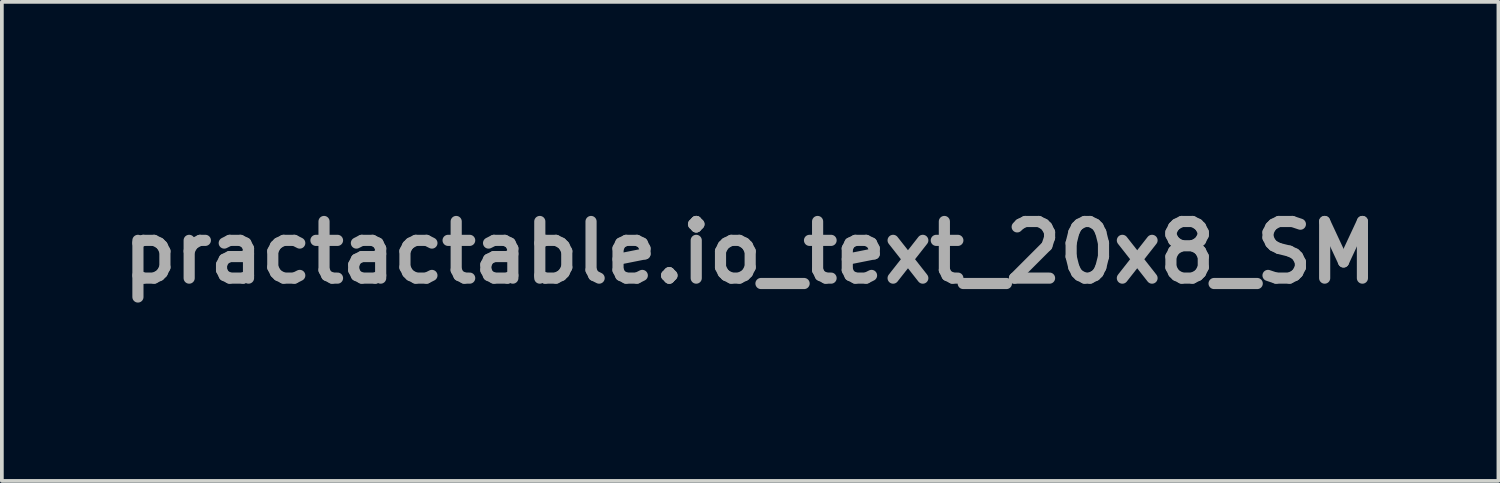
<source format=kicad_pcb>
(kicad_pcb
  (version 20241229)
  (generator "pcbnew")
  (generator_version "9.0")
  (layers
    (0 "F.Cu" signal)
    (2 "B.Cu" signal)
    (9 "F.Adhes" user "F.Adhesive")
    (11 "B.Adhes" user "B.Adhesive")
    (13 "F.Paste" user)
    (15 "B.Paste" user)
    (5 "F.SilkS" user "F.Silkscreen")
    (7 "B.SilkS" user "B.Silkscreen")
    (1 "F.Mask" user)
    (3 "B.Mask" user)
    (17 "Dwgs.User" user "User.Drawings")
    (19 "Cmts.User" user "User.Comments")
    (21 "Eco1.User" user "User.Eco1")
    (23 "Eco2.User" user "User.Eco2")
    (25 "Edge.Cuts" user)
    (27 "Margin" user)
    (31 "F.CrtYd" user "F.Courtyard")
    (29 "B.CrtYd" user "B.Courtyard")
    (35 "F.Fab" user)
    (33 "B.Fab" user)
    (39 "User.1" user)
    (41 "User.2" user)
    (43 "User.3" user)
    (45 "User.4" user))
  (footprint "practactable.io_text_20x8_SM"
    (layer "F.Cu")
    (at 22.949 3.517)
    (property "Reference" "practactable.io_text_20x8_SM" (at -5.814 0.227 0) (layer "F.Fab") (effects (font (size 1.524 1.524) (thickness 0.3))))
    (attr board_only exclude_from_pos_files exclude_from_bom)
    (fp_poly (pts (xy 7.21 -0.894) (xy 7.247 -0.867) (xy 7.276 -0.81) (xy 7.273 -0.752) (xy 7.241 -0.705) (xy 7.186 -0.68) (xy 7.168 -0.679) (xy 7.115 -0.692) (xy 7.087 -0.711) (xy 7.058 -0.766) (xy 7.062 -0.827) (xy 7.092 -0.871) (xy 7.151 -0.902)) (stroke (width 0) (type solid)) (fill yes) (layer "F.Mask"))
    (fp_poly (pts (xy 6.756 0.223) (xy 6.802 0.265) (xy 6.827 0.316) (xy 6.828 0.329) (xy 6.81 0.382) (xy 6.767 0.427) (xy 6.712 0.451) (xy 6.698 0.452) (xy 6.646 0.438) (xy 6.615 0.415) (xy 6.588 0.367) (xy 6.581 0.333) (xy 6.599 0.279) (xy 6.64 0.232) (xy 6.692 0.207) (xy 6.705 0.206)) (stroke (width 0) (type solid)) (fill yes) (layer "F.Mask"))
    (fp_poly (pts (xy 8.724 -0.671) (xy 8.715 -0.623) (xy 8.709 -0.607) (xy 8.687 -0.52) (xy 8.68 -0.414) (xy 8.689 -0.31) (xy 8.71 -0.233) (xy 8.732 -0.179) (xy 8.738 -0.153) (xy 8.729 -0.145) (xy 8.711 -0.144) (xy 8.679 -0.16) (xy 8.657 -0.189) (xy 8.636 -0.25) (xy 8.625 -0.332) (xy 8.623 -0.425) (xy 8.628 -0.519) (xy 8.641 -0.601) (xy 8.661 -0.663) (xy 8.682 -0.691) (xy 8.712 -0.696)) (stroke (width 0) (type solid)) (fill yes) (layer "F.Mask"))
    (fp_poly (pts (xy 9.725 -0.682) (xy 9.747 -0.639) (xy 9.757 -0.617) (xy 9.778 -0.537) (xy 9.787 -0.446) (xy 9.784 -0.353) (xy 9.771 -0.267) (xy 9.749 -0.198) (xy 9.718 -0.156) (xy 9.701 -0.148) (xy 9.671 -0.145) (xy 9.667 -0.148) (xy 9.673 -0.169) (xy 9.689 -0.216) (xy 9.697 -0.237) (xy 9.723 -0.36) (xy 9.722 -0.492) (xy 9.699 -0.592) (xy 9.681 -0.656) (xy 9.686 -0.69) (xy 9.709 -0.699)) (stroke (width 0) (type solid)) (fill yes) (layer "F.Mask"))
    (fp_poly (pts (xy 9.028 -0.698) (xy 9.082 -0.692) (xy 9.105 -0.682) (xy 9.106 -0.674) (xy 9.082 -0.654) (xy 9.035 -0.642) (xy 9.033 -0.641) (xy 8.969 -0.635) (xy 8.963 -0.458) (xy 8.956 -0.356) (xy 8.945 -0.294) (xy 8.931 -0.272) (xy 8.918 -0.279) (xy 8.91 -0.313) (xy 8.906 -0.378) (xy 8.905 -0.451) (xy 8.905 -0.638) (xy 8.833 -0.638) (xy 8.78 -0.644) (xy 8.762 -0.666) (xy 8.761 -0.668) (xy 8.769 -0.684) (xy 8.796 -0.693) (xy 8.85 -0.698) (xy 8.937 -0.699) (xy 8.938 -0.699)) (stroke (width 0) (type solid)) (fill yes) (layer "F.Mask"))
    (fp_poly (pts (xy 7.197 -0.512) (xy 7.22 -0.502) (xy 7.236 -0.479) (xy 7.248 -0.438) (xy 7.255 -0.375) (xy 7.258 -0.284) (xy 7.26 -0.16) (xy 7.26 -0.049) (xy 7.26 0.096) (xy 7.258 0.205) (xy 7.255 0.284) (xy 7.25 0.338) (xy 7.243 0.373) (xy 7.233 0.394) (xy 7.228 0.4) (xy 7.19 0.426) (xy 7.168 0.432) (xy 7.131 0.418) (xy 7.107 0.4) (xy 7.096 0.383) (xy 7.088 0.354) (xy 7.082 0.308) (xy 7.078 0.24) (xy 7.076 0.143) (xy 7.075 0.013) (xy 7.075 -0.049) (xy 7.075 -0.199) (xy 7.077 -0.313) (xy 7.082 -0.395) (xy 7.09 -0.452) (xy 7.103 -0.487) (xy 7.121 -0.506) (xy 7.145 -0.513) (xy 7.168 -0.514)) (stroke (width 0) (type solid)) (fill yes) (layer "F.Mask"))
    (fp_poly (pts (xy -0.328 -0.503) (xy -0.284 -0.467) (xy -0.267 -0.424) (xy -0.281 -0.387) (xy -0.291 -0.378) (xy -0.324 -0.371) (xy -0.383 -0.368) (xy -0.433 -0.368) (xy -0.541 -0.362) (xy -0.632 -0.338) (xy -0.696 -0.298) (xy -0.718 -0.27) (xy -0.727 -0.234) (xy -0.734 -0.164) (xy -0.739 -0.07) (xy -0.741 0.04) (xy -0.741 0.045) (xy -0.743 0.182) (xy -0.75 0.284) (xy -0.763 0.354) (xy -0.784 0.399) (xy -0.813 0.422) (xy -0.835 0.428) (xy -0.881 0.42) (xy -0.902 0.405) (xy -0.911 0.379) (xy -0.917 0.326) (xy -0.921 0.241) (xy -0.922 0.122) (xy -0.921 -0.034) (xy -0.921 -0.064) (xy -0.915 -0.504) (xy -0.847 -0.51) (xy -0.797 -0.51) (xy -0.773 -0.491) (xy -0.767 -0.474) (xy -0.757 -0.441) (xy -0.753 -0.432) (xy -0.735 -0.44) (xy -0.691 -0.462) (xy -0.65 -0.483) (xy -0.533 -0.525) (xy -0.423 -0.531)) (stroke (width 0) (type solid)) (fill yes) (layer "F.Mask"))
    (fp_poly (pts (xy 5.21 -0.909) (xy 5.247 -0.873) (xy 5.252 -0.859) (xy 5.256 -0.826) (xy 5.259 -0.758) (xy 5.261 -0.662) (xy 5.263 -0.543) (xy 5.265 -0.408) (xy 5.265 -0.307) (xy 5.265 -0.142) (xy 5.267 -0.013) (xy 5.27 0.083) (xy 5.276 0.152) (xy 5.285 0.199) (xy 5.299 0.227) (xy 5.317 0.241) (xy 5.341 0.246) (xy 5.36 0.247) (xy 5.408 0.26) (xy 5.45 0.291) (xy 5.471 0.327) (xy 5.471 0.331) (xy 5.458 0.358) (xy 5.43 0.391) (xy 5.367 0.426) (xy 5.29 0.424) (xy 5.255 0.412) (xy 5.194 0.371) (xy 5.137 0.306) (xy 5.102 0.24) (xy 5.095 0.2) (xy 5.089 0.123) (xy 5.084 0.012) (xy 5.081 -0.129) (xy 5.08 -0.296) (xy 5.08 -0.348) (xy 5.08 -0.514) (xy 5.081 -0.643) (xy 5.084 -0.741) (xy 5.087 -0.811) (xy 5.092 -0.858) (xy 5.099 -0.887) (xy 5.109 -0.903) (xy 5.111 -0.905) (xy 5.158 -0.921)) (stroke (width 0) (type solid)) (fill yes) (layer "F.Mask"))
    (fp_poly (pts (xy 9.591 -0.688) (xy 9.599 -0.651) (xy 9.603 -0.582) (xy 9.605 -0.483) (xy 9.604 -0.385) (xy 9.6 -0.321) (xy 9.593 -0.284) (xy 9.582 -0.269) (xy 9.574 -0.267) (xy 9.557 -0.276) (xy 9.547 -0.308) (xy 9.542 -0.37) (xy 9.542 -0.406) (xy 9.541 -0.545) (xy 9.476 -0.416) (xy 9.44 -0.353) (xy 9.407 -0.307) (xy 9.385 -0.288) (xy 9.384 -0.288) (xy 9.362 -0.305) (xy 9.33 -0.35) (xy 9.301 -0.403) (xy 9.245 -0.519) (xy 9.234 -0.4) (xy 9.224 -0.33) (xy 9.21 -0.285) (xy 9.199 -0.272) (xy 9.186 -0.279) (xy 9.179 -0.311) (xy 9.174 -0.373) (xy 9.173 -0.471) (xy 9.173 -0.482) (xy 9.175 -0.579) (xy 9.18 -0.652) (xy 9.188 -0.692) (xy 9.193 -0.699) (xy 9.211 -0.682) (xy 9.241 -0.636) (xy 9.278 -0.569) (xy 9.299 -0.53) (xy 9.384 -0.36) (xy 9.468 -0.53) (xy 9.508 -0.604) (xy 9.543 -0.662) (xy 9.57 -0.695) (xy 9.578 -0.699)) (stroke (width 0) (type solid)) (fill yes) (layer "F.Mask"))
    (fp_poly (pts (xy 2.213 -0.814) (xy 2.242 -0.785) (xy 2.258 -0.729) (xy 2.262 -0.638) (xy 2.262 -0.633) (xy 2.262 -0.494) (xy 2.336 -0.494) (xy 2.417 -0.484) (xy 2.47 -0.455) (xy 2.489 -0.412) (xy 2.489 -0.411) (xy 2.47 -0.368) (xy 2.417 -0.339) (xy 2.336 -0.329) (xy 2.262 -0.329) (xy 2.262 -0.082) (xy 2.265 0.042) (xy 2.273 0.131) (xy 2.291 0.191) (xy 2.32 0.226) (xy 2.363 0.243) (xy 2.417 0.247) (xy 2.472 0.254) (xy 2.503 0.281) (xy 2.514 0.301) (xy 2.527 0.343) (xy 2.513 0.373) (xy 2.491 0.393) (xy 2.418 0.427) (xy 2.33 0.423) (xy 2.273 0.403) (xy 2.2 0.36) (xy 2.146 0.301) (xy 2.109 0.22) (xy 2.087 0.112) (xy 2.078 -0.029) (xy 2.077 -0.092) (xy 2.077 -0.329) (xy 2.027 -0.329) (xy 1.972 -0.343) (xy 1.935 -0.376) (xy 1.925 -0.419) (xy 1.928 -0.427) (xy 1.96 -0.475) (xy 2.018 -0.493) (xy 2.031 -0.493) (xy 2.057 -0.497) (xy 2.07 -0.513) (xy 2.076 -0.552) (xy 2.077 -0.618) (xy 2.083 -0.719) (xy 2.102 -0.784) (xy 2.135 -0.817) (xy 2.166 -0.823)) (stroke (width 0) (type solid)) (fill yes) (layer "F.Mask"))
    (fp_poly (pts (xy 8.085 -0.524) (xy 8.21 -0.489) (xy 8.314 -0.423) (xy 8.396 -0.334) (xy 8.452 -0.227) (xy 8.482 -0.11) (xy 8.484 0.012) (xy 8.455 0.132) (xy 8.395 0.244) (xy 8.321 0.325) (xy 8.22 0.388) (xy 8.099 0.424) (xy 7.967 0.431) (xy 7.846 0.41) (xy 7.769 0.372) (xy 7.688 0.31) (xy 7.62 0.235) (xy 7.591 0.188) (xy 7.544 0.057) (xy 7.538 -0.019) (xy 7.714 -0.019) (xy 7.73 0.07) (xy 7.741 0.099) (xy 7.784 0.161) (xy 7.84 0.217) (xy 7.895 0.252) (xy 7.898 0.253) (xy 7.97 0.265) (xy 8.058 0.261) (xy 8.14 0.241) (xy 8.158 0.234) (xy 8.228 0.179) (xy 8.278 0.098) (xy 8.305 0.002) (xy 8.308 -0.098) (xy 8.282 -0.193) (xy 8.262 -0.228) (xy 8.189 -0.306) (xy 8.1 -0.352) (xy 8.004 -0.366) (xy 7.909 -0.348) (xy 7.824 -0.299) (xy 7.757 -0.219) (xy 7.749 -0.204) (xy 7.721 -0.117) (xy 7.714 -0.019) (xy 7.538 -0.019) (xy 7.534 -0.073) (xy 7.557 -0.196) (xy 7.609 -0.308) (xy 7.687 -0.402) (xy 7.787 -0.473) (xy 7.906 -0.517) (xy 8.039 -0.528)) (stroke (width 0) (type solid)) (fill yes) (layer "F.Mask"))
    (fp_poly (pts (xy 1.517 -0.519) (xy 1.589 -0.499) (xy 1.652 -0.466) (xy 1.73 -0.41) (xy 1.774 -0.355) (xy 1.783 -0.305) (xy 1.769 -0.278) (xy 1.734 -0.251) (xy 1.69 -0.254) (xy 1.631 -0.287) (xy 1.61 -0.303) (xy 1.525 -0.346) (xy 1.427 -0.363) (xy 1.332 -0.351) (xy 1.261 -0.317) (xy 1.188 -0.24) (xy 1.145 -0.145) (xy 1.133 -0.042) (xy 1.151 0.06) (xy 1.2 0.152) (xy 1.273 0.221) (xy 1.367 0.26) (xy 1.473 0.265) (xy 1.579 0.236) (xy 1.608 0.222) (xy 1.666 0.194) (xy 1.705 0.19) (xy 1.724 0.198) (xy 1.762 0.238) (xy 1.764 0.282) (xy 1.736 0.326) (xy 1.68 0.367) (xy 1.603 0.4) (xy 1.509 0.422) (xy 1.465 0.426) (xy 1.384 0.43) (xy 1.324 0.423) (xy 1.267 0.403) (xy 1.214 0.376) (xy 1.112 0.308) (xy 1.039 0.229) (xy 1.007 0.178) (xy 0.987 0.131) (xy 0.977 0.072) (xy 0.971 -0.013) (xy 0.97 -0.027) (xy 0.968 -0.113) (xy 0.972 -0.173) (xy 0.985 -0.22) (xy 1.01 -0.27) (xy 1.032 -0.307) (xy 1.117 -0.413) (xy 1.222 -0.484) (xy 1.348 -0.519) (xy 1.429 -0.524)) (stroke (width 0) (type solid)) (fill yes) (layer "F.Mask"))
    (fp_poly (pts (xy 0.387 -0.514) (xy 0.508 -0.463) (xy 0.615 -0.377) (xy 0.668 -0.312) (xy 0.73 -0.223) (xy 0.73 0.087) (xy 0.73 0.208) (xy 0.728 0.294) (xy 0.724 0.352) (xy 0.717 0.388) (xy 0.706 0.409) (xy 0.694 0.419) (xy 0.647 0.429) (xy 0.606 0.406) (xy 0.582 0.355) (xy 0.58 0.344) (xy 0.573 0.291) (xy 0.482 0.355) (xy 0.372 0.409) (xy 0.249 0.431) (xy 0.127 0.419) (xy 0.045 0.389) (xy -0.059 0.315) (xy -0.136 0.218) (xy -0.184 0.104) (xy -0.204 -0.018) (xy -0.2 -0.07) (xy -0.026 -0.07) (xy -0.021 0.023) (xy -0.001 0.101) (xy 0.052 0.178) (xy 0.13 0.233) (xy 0.225 0.263) (xy 0.324 0.264) (xy 0.411 0.237) (xy 0.491 0.174) (xy 0.544 0.087) (xy 0.568 -0.014) (xy 0.561 -0.121) (xy 0.531 -0.204) (xy 0.465 -0.292) (xy 0.382 -0.346) (xy 0.289 -0.367) (xy 0.192 -0.354) (xy 0.099 -0.306) (xy 0.016 -0.225) (xy 0.014 -0.222) (xy -0.014 -0.157) (xy -0.026 -0.07) (xy -0.2 -0.07) (xy -0.194 -0.142) (xy -0.155 -0.26) (xy -0.086 -0.365) (xy 0.004 -0.445) (xy 0.13 -0.507) (xy 0.259 -0.529)) (stroke (width 0) (type solid)) (fill yes) (layer "F.Mask"))
    (fp_poly (pts (xy 3.328 -0.5) (xy 3.441 -0.441) (xy 3.534 -0.352) (xy 3.59 -0.261) (xy 3.611 -0.213) (xy 3.625 -0.166) (xy 3.634 -0.112) (xy 3.638 -0.04) (xy 3.64 0.059) (xy 3.64 0.118) (xy 3.64 0.228) (xy 3.638 0.305) (xy 3.633 0.355) (xy 3.625 0.385) (xy 3.613 0.402) (xy 3.598 0.412) (xy 3.538 0.425) (xy 3.49 0.403) (xy 3.462 0.348) (xy 3.462 0.347) (xy 3.45 0.286) (xy 3.406 0.327) (xy 3.311 0.39) (xy 3.197 0.424) (xy 3.076 0.427) (xy 2.96 0.397) (xy 2.95 0.393) (xy 2.842 0.323) (xy 2.762 0.224) (xy 2.712 0.101) (xy 2.694 -0.041) (xy 2.694 -0.041) (xy 2.699 -0.082) (xy 2.866 -0.082) (xy 2.869 0.022) (xy 2.904 0.119) (xy 2.914 0.137) (xy 2.984 0.209) (xy 3.075 0.253) (xy 3.177 0.268) (xy 3.277 0.25) (xy 3.325 0.227) (xy 3.401 0.16) (xy 3.447 0.073) (xy 3.465 -0.025) (xy 3.454 -0.124) (xy 3.417 -0.217) (xy 3.352 -0.294) (xy 3.276 -0.342) (xy 3.186 -0.367) (xy 3.1 -0.36) (xy 3.021 -0.328) (xy 2.944 -0.267) (xy 2.891 -0.182) (xy 2.866 -0.082) (xy 2.699 -0.082) (xy 2.711 -0.187) (xy 2.762 -0.31) (xy 2.847 -0.409) (xy 2.946 -0.475) (xy 3.074 -0.52) (xy 3.204 -0.527)) (stroke (width 0) (type solid)) (fill yes) (layer "F.Mask"))
    (fp_poly (pts (xy -3.207 -0.859) (xy -2.736 -0.042) (xy -3.211 0.781) (xy -3.686 1.604) (xy -4.629 1.604) (xy -4.822 1.604) (xy -5.001 1.603) (xy -5.164 1.601) (xy -5.306 1.6) (xy -5.423 1.597) (xy -5.51 1.594) (xy -5.564 1.591) (xy -5.58 1.589) (xy -5.592 1.568) (xy -5.622 1.516) (xy -5.669 1.435) (xy -5.73 1.329) (xy -5.803 1.203) (xy -5.886 1.059) (xy -5.977 0.901) (xy -6.056 0.765) (xy -6.521 -0.042) (xy -5.954 -0.042) (xy -5.944 -0.017) (xy -5.916 0.04) (xy -5.872 0.122) (xy -5.814 0.227) (xy -5.746 0.349) (xy -5.669 0.484) (xy -5.625 0.561) (xy -5.296 1.131) (xy -4.628 1.131) (xy -3.959 1.131) (xy -3.631 0.561) (xy -3.551 0.422) (xy -3.478 0.292) (xy -3.414 0.178) (xy -3.363 0.083) (xy -3.326 0.012) (xy -3.305 -0.03) (xy -3.302 -0.04) (xy -3.312 -0.065) (xy -3.34 -0.121) (xy -3.384 -0.204) (xy -3.441 -0.308) (xy -3.509 -0.43) (xy -3.586 -0.565) (xy -3.63 -0.643) (xy -3.959 -1.213) (xy -4.628 -1.213) (xy -5.298 -1.213) (xy -5.626 -0.644) (xy -5.706 -0.504) (xy -5.779 -0.375) (xy -5.843 -0.26) (xy -5.894 -0.165) (xy -5.931 -0.094) (xy -5.951 -0.051) (xy -5.954 -0.042) (xy -6.521 -0.042) (xy -6.522 -0.042) (xy -6.05 -0.859) (xy -5.578 -1.676) (xy -3.679 -1.676)) (stroke (width 0) (type solid)) (fill yes) (layer "F.Mask"))
    (fp_poly (pts (xy -1.609 -0.527) (xy -1.475 -0.49) (xy -1.361 -0.421) (xy -1.273 -0.325) (xy -1.216 -0.208) (xy -1.193 -0.074) (xy -1.193 -0.06) (xy -1.209 0.085) (xy -1.256 0.209) (xy -1.327 0.308) (xy -1.419 0.38) (xy -1.528 0.421) (xy -1.648 0.429) (xy -1.775 0.4) (xy -1.839 0.371) (xy -1.954 0.311) (xy -1.954 0.527) (xy -1.956 0.621) (xy -1.961 0.703) (xy -1.969 0.761) (xy -1.975 0.783) (xy -2.012 0.815) (xy -2.064 0.821) (xy -2.112 0.801) (xy -2.114 0.798) (xy -2.123 0.775) (xy -2.13 0.724) (xy -2.135 0.642) (xy -2.137 0.526) (xy -2.139 0.373) (xy -2.139 0.31) (xy -2.139 0.159) (xy -2.138 0.043) (xy -2.135 -0.043) (xy -2.134 -0.062) (xy -1.962 -0.062) (xy -1.955 0.032) (xy -1.928 0.116) (xy -1.926 0.119) (xy -1.864 0.196) (xy -1.779 0.246) (xy -1.681 0.268) (xy -1.58 0.258) (xy -1.505 0.226) (xy -1.445 0.17) (xy -1.395 0.089) (xy -1.364 -0.000009) (xy -1.358 -0.05) (xy -1.375 -0.144) (xy -1.424 -0.235) (xy -1.494 -0.308) (xy -1.524 -0.328) (xy -1.625 -0.363) (xy -1.725 -0.359) (xy -1.821 -0.317) (xy -1.907 -0.237) (xy -1.921 -0.219) (xy -1.951 -0.151) (xy -1.962 -0.062) (xy -2.134 -0.062) (xy -2.131 -0.108) (xy -2.125 -0.156) (xy -2.116 -0.194) (xy -2.103 -0.229) (xy -2.089 -0.261) (xy -2.017 -0.37) (xy -1.919 -0.454) (xy -1.802 -0.509) (xy -1.676 -0.531)) (stroke (width 0) (type solid)) (fill yes) (layer "F.Mask"))
    (fp_poly (pts (xy 6.133 -0.51) (xy 6.237 -0.46) (xy 6.324 -0.38) (xy 6.388 -0.274) (xy 6.404 -0.228) (xy 6.427 -0.146) (xy 6.437 -0.085) (xy 6.431 -0.041) (xy 6.404 -0.011) (xy 6.352 0.007) (xy 6.27 0.017) (xy 6.156 0.02) (xy 6.035 0.021) (xy 5.922 0.022) (xy 5.825 0.024) (xy 5.751 0.029) (xy 5.707 0.034) (xy 5.697 0.038) (xy 5.711 0.077) (xy 5.748 0.129) (xy 5.795 0.182) (xy 5.845 0.225) (xy 5.857 0.233) (xy 5.949 0.265) (xy 6.055 0.27) (xy 6.159 0.248) (xy 6.199 0.23) (xy 6.268 0.202) (xy 6.317 0.205) (xy 6.352 0.242) (xy 6.356 0.248) (xy 6.363 0.284) (xy 6.338 0.321) (xy 6.332 0.327) (xy 6.248 0.381) (xy 6.14 0.415) (xy 6.02 0.428) (xy 5.901 0.418) (xy 5.831 0.399) (xy 5.717 0.337) (xy 5.629 0.25) (xy 5.569 0.143) (xy 5.536 0.024) (xy 5.534 -0.1) (xy 5.542 -0.136) (xy 5.697 -0.136) (xy 5.716 -0.131) (xy 5.769 -0.128) (xy 5.849 -0.125) (xy 5.947 -0.124) (xy 5.984 -0.123) (xy 6.272 -0.123) (xy 6.252 -0.176) (xy 6.218 -0.253) (xy 6.183 -0.302) (xy 6.137 -0.335) (xy 6.129 -0.339) (xy 6.039 -0.366) (xy 5.938 -0.365) (xy 5.846 -0.338) (xy 5.83 -0.329) (xy 5.784 -0.289) (xy 5.739 -0.232) (xy 5.707 -0.174) (xy 5.697 -0.136) (xy 5.542 -0.136) (xy 5.563 -0.221) (xy 5.624 -0.334) (xy 5.676 -0.393) (xy 5.783 -0.473) (xy 5.899 -0.518) (xy 6.018 -0.53)) (stroke (width 0) (type solid)) (fill yes) (layer "F.Mask"))
    (fp_poly (pts (xy 4.026 -0.913) (xy 4.042 -0.897) (xy 4.052 -0.869) (xy 4.06 -0.821) (xy 4.064 -0.747) (xy 4.068 -0.641) (xy 4.071 -0.545) (xy 4.075 -0.466) (xy 4.08 -0.412) (xy 4.085 -0.391) (xy 4.085 -0.391) (xy 4.107 -0.403) (xy 4.147 -0.433) (xy 4.157 -0.441) (xy 4.263 -0.505) (xy 4.377 -0.532) (xy 4.495 -0.522) (xy 4.608 -0.475) (xy 4.71 -0.394) (xy 4.796 -0.279) (xy 4.844 -0.153) (xy 4.855 -0.024) (xy 4.829 0.105) (xy 4.764 0.225) (xy 4.708 0.291) (xy 4.599 0.374) (xy 4.476 0.422) (xy 4.346 0.433) (xy 4.217 0.407) (xy 4.185 0.393) (xy 4.081 0.327) (xy 3.994 0.235) (xy 3.938 0.135) (xy 3.928 0.1) (xy 3.92 0.054) (xy 3.915 -0.007) (xy 3.912 -0.082) (xy 4.078 -0.082) (xy 4.081 0.02) (xy 4.117 0.119) (xy 4.128 0.138) (xy 4.195 0.207) (xy 4.284 0.251) (xy 4.381 0.268) (xy 4.476 0.255) (xy 4.531 0.229) (xy 4.61 0.157) (xy 4.657 0.071) (xy 4.676 -0.023) (xy 4.668 -0.117) (xy 4.636 -0.205) (xy 4.582 -0.28) (xy 4.509 -0.336) (xy 4.418 -0.365) (xy 4.327 -0.364) (xy 4.232 -0.329) (xy 4.157 -0.265) (xy 4.105 -0.18) (xy 4.078 -0.082) (xy 3.912 -0.082) (xy 3.912 -0.09) (xy 3.911 -0.201) (xy 3.911 -0.344) (xy 3.912 -0.419) (xy 3.914 -0.572) (xy 3.917 -0.688) (xy 3.92 -0.774) (xy 3.925 -0.833) (xy 3.931 -0.873) (xy 3.939 -0.896) (xy 3.949 -0.91) (xy 3.954 -0.913) (xy 3.998 -0.925)) (stroke (width 0) (type solid)) (fill yes) (layer "F.Mask"))
    (fp_poly (pts (xy -6.326 0.907) (xy -6.231 1.073) (xy -6.141 1.229) (xy -6.061 1.37) (xy -5.991 1.494) (xy -5.935 1.595) (xy -5.893 1.671) (xy -5.868 1.719) (xy -5.862 1.733) (xy -5.872 1.755) (xy -5.9 1.809) (xy -5.945 1.891) (xy -6.005 1.997) (xy -6.077 2.125) (xy -6.159 2.27) (xy -6.249 2.428) (xy -6.327 2.564) (xy -6.793 3.373) (xy -7.741 3.373) (xy -8.689 3.373) (xy -9.142 2.589) (xy -9.237 2.424) (xy -9.326 2.27) (xy -9.407 2.129) (xy -9.478 2.006) (xy -9.536 1.904) (xy -9.579 1.828) (xy -9.606 1.781) (xy -9.613 1.768) (xy -9.613 1.751) (xy -9.611 1.744) (xy -9.077 1.744) (xy -9.066 1.764) (xy -9.038 1.815) (xy -8.995 1.891) (xy -8.941 1.986) (xy -8.878 2.096) (xy -8.81 2.215) (xy -8.74 2.337) (xy -8.67 2.458) (xy -8.604 2.573) (xy -8.545 2.675) (xy -8.496 2.759) (xy -8.459 2.822) (xy -8.44 2.854) (xy -8.411 2.9) (xy -7.065 2.898) (xy -6.736 2.323) (xy -6.656 2.183) (xy -6.584 2.053) (xy -6.521 1.939) (xy -6.471 1.844) (xy -6.435 1.774) (xy -6.415 1.732) (xy -6.413 1.722) (xy -6.425 1.699) (xy -6.454 1.644) (xy -6.499 1.563) (xy -6.558 1.46) (xy -6.626 1.339) (xy -6.703 1.205) (xy -6.742 1.136) (xy -7.065 0.576) (xy -7.743 0.577) (xy -8.422 0.577) (xy -8.751 1.153) (xy -8.831 1.293) (xy -8.903 1.422) (xy -8.966 1.535) (xy -9.017 1.628) (xy -9.054 1.696) (xy -9.074 1.736) (xy -9.077 1.744) (xy -9.611 1.744) (xy -9.603 1.72) (xy -9.582 1.672) (xy -9.549 1.605) (xy -9.501 1.515) (xy -9.437 1.4) (xy -9.357 1.257) (xy -9.258 1.083) (xy -9.162 0.916) (xy -8.692 0.103) (xy -6.791 0.103)) (stroke (width 0) (type solid)) (fill yes) (layer "F.Mask"))
    (fp_poly (pts (xy -6.331 -2.72) (xy -6.236 -2.554) (xy -6.147 -2.397) (xy -6.068 -2.255) (xy -5.999 -2.13) (xy -5.943 -2.026) (xy -5.902 -1.947) (xy -5.878 -1.898) (xy -5.872 -1.882) (xy -5.883 -1.856) (xy -5.911 -1.798) (xy -5.957 -1.713) (xy -6.017 -1.603) (xy -6.089 -1.473) (xy -6.172 -1.327) (xy -6.262 -1.167) (xy -6.333 -1.044) (xy -6.794 -0.247) (xy -7.742 -0.247) (xy -8.689 -0.247) (xy -9.142 -1.03) (xy -9.237 -1.195) (xy -9.326 -1.35) (xy -9.407 -1.491) (xy -9.478 -1.614) (xy -9.536 -1.715) (xy -9.579 -1.792) (xy -9.606 -1.839) (xy -9.613 -1.852) (xy -9.613 -1.868) (xy -9.611 -1.876) (xy -9.077 -1.876) (xy -9.066 -1.855) (xy -9.038 -1.805) (xy -8.995 -1.729) (xy -8.941 -1.634) (xy -8.878 -1.524) (xy -8.81 -1.405) (xy -8.74 -1.283) (xy -8.67 -1.162) (xy -8.604 -1.047) (xy -8.545 -0.945) (xy -8.496 -0.86) (xy -8.459 -0.798) (xy -8.44 -0.766) (xy -8.411 -0.72) (xy -7.738 -0.72) (xy -7.065 -0.721) (xy -6.736 -1.297) (xy -6.656 -1.437) (xy -6.584 -1.567) (xy -6.521 -1.681) (xy -6.471 -1.776) (xy -6.435 -1.846) (xy -6.416 -1.888) (xy -6.413 -1.898) (xy -6.425 -1.921) (xy -6.454 -1.976) (xy -6.499 -2.057) (xy -6.558 -2.16) (xy -6.626 -2.281) (xy -6.703 -2.415) (xy -6.742 -2.483) (xy -7.065 -3.044) (xy -7.743 -3.043) (xy -8.422 -3.042) (xy -8.751 -2.467) (xy -8.831 -2.327) (xy -8.903 -2.198) (xy -8.966 -2.085) (xy -9.017 -1.992) (xy -9.054 -1.924) (xy -9.074 -1.884) (xy -9.077 -1.876) (xy -9.611 -1.876) (xy -9.604 -1.899) (xy -9.583 -1.946) (xy -9.55 -2.013) (xy -9.503 -2.102) (xy -9.44 -2.215) (xy -9.36 -2.357) (xy -9.262 -2.528) (xy -9.161 -2.704) (xy -8.692 -3.517) (xy -6.791 -3.517)) (stroke (width 0) (type solid)) (fill yes) (layer "F.Mask")))
  (gr_rect
    (start -3 -3)
    (end 37.268 9.89)
    (stroke (width 0.1) (type default))
    (fill no)
    (layer "Edge.Cuts")))
</source>
